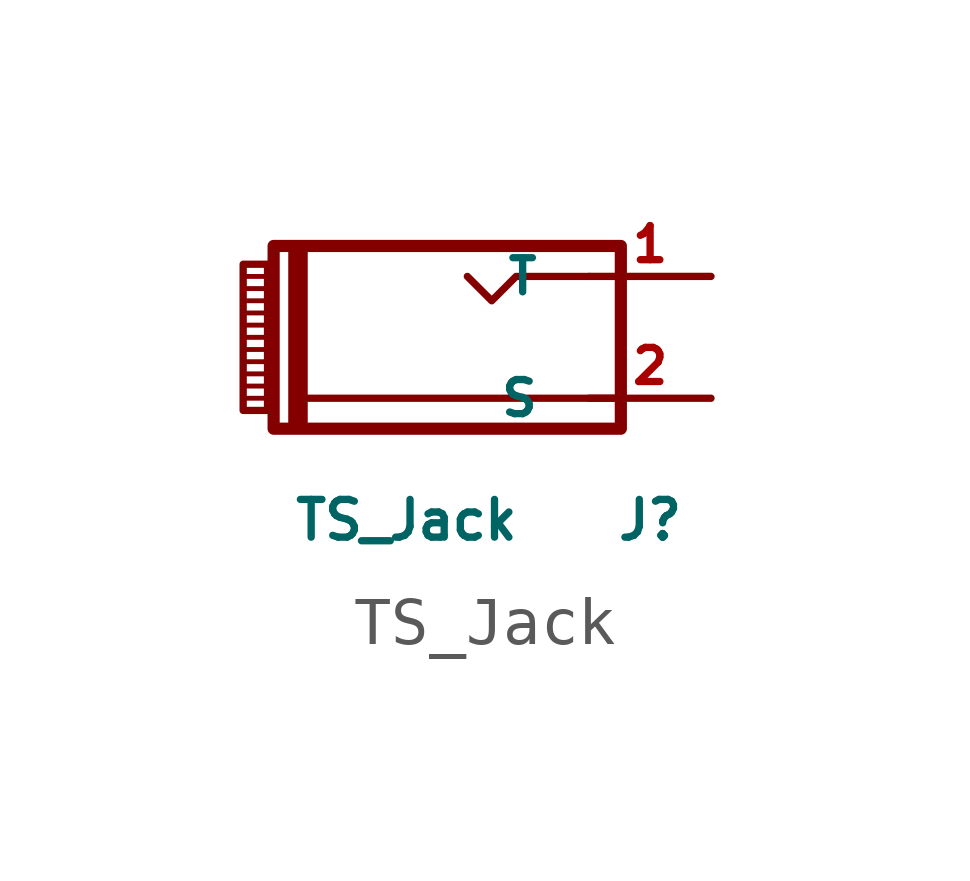
<source format=kicad_sym>
(kicad_symbol_lib
  (version 20220914)
  (generator kicad_symbol_editor)
  (symbol "TS_Jack"
    (pin_names
      (offset 1.016))
    (property "Reference" "J"
      (at -1.27 -5.08 0)
      (effects (font (size 0.787 0.787))))
    (property "Value" "TS_Jack"
      (at -6.35 -5.08 0)
      (effects (font (size 0.787 0.787))))
    (symbol "TS_Jack_0_1"
      (rectangle (start -9.246 0.254) (end -9.754 -2.794) (stroke (width 0) (type solid)) (fill (type none)))
      (rectangle (start -9.119 0.635) (end -1.88 -3.175) (stroke (width 0.254) (type solid)) (fill (type none)))
      (rectangle (start -8.738 0.508) (end -8.484 -3.048) (stroke (width 0) (type solid)) (fill (type outline)))
      (polyline (pts (xy -9.754 -2.54) (xy -9.246 -2.54)) (stroke (width 0.102) (type solid)) (fill (type none)))
      (polyline (pts (xy -9.754 -2.286) (xy -9.246 -2.286)) (stroke (width 0.102) (type solid)) (fill (type none)))
      (polyline (pts (xy -9.754 -2.032) (xy -9.246 -2.032)) (stroke (width 0.102) (type solid)) (fill (type none)))
      (polyline (pts (xy -9.754 -1.778) (xy -9.246 -1.778)) (stroke (width 0.102) (type solid)) (fill (type none)))
      (polyline (pts (xy -9.754 -1.524) (xy -9.246 -1.524)) (stroke (width 0.102) (type solid)) (fill (type none)))
      (polyline (pts (xy -9.754 -1.27) (xy -9.246 -1.27)) (stroke (width 0.102) (type solid)) (fill (type none)))
      (polyline (pts (xy -9.754 -1.016) (xy -9.246 -1.016)) (stroke (width 0.102) (type solid)) (fill (type none)))
      (polyline (pts (xy -9.754 -0.762) (xy -9.246 -0.762)) (stroke (width 0.102) (type solid)) (fill (type none)))
      (polyline (pts (xy -9.754 -0.508) (xy -9.246 -0.508)) (stroke (width 0.102) (type solid)) (fill (type none)))
      (polyline (pts (xy -9.754 -0.254) (xy -9.246 -0.254)) (stroke (width 0.102) (type solid)) (fill (type none)))
      (polyline (pts (xy -9.754 0) (xy -9.246 0)) (stroke (width 0.102) (type solid)) (fill (type none)))
      (polyline (pts (xy -1.88 -2.54) (xy -8.484 -2.54)) (stroke (width 0) (type solid)) (fill (type none)))
      (polyline (pts (xy -2.54 0) (xy -4.064 0) (xy -4.572 -0.508) (xy -5.08 0)) (stroke (width 0.152) (type solid)) (fill (type none))))
    (symbol "TS_Jack_1_1"
      (pin passive line (at 0 0 180) (length 2.54) (name "T" (effects (font (size 0.711 0.711)))) (number "1" (effects (font (size 0.711 0.711)))))
      (pin passive line (at 0 -2.54 180) (length 2.54) (name "S" (effects (font (size 0.711 0.711)))) (number "2" (effects (font (size 0.711 0.711))))))))
</source>
